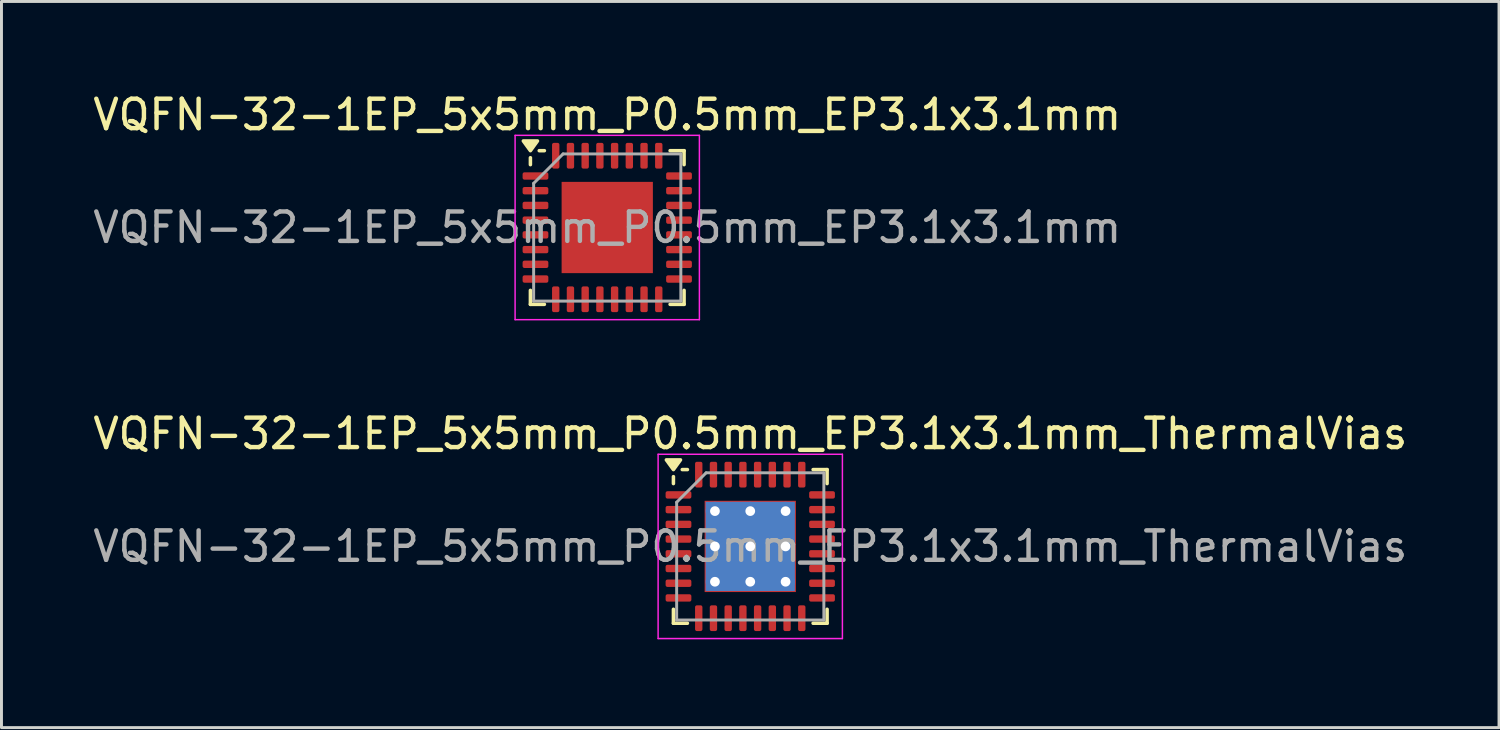
<source format=kicad_pcb>
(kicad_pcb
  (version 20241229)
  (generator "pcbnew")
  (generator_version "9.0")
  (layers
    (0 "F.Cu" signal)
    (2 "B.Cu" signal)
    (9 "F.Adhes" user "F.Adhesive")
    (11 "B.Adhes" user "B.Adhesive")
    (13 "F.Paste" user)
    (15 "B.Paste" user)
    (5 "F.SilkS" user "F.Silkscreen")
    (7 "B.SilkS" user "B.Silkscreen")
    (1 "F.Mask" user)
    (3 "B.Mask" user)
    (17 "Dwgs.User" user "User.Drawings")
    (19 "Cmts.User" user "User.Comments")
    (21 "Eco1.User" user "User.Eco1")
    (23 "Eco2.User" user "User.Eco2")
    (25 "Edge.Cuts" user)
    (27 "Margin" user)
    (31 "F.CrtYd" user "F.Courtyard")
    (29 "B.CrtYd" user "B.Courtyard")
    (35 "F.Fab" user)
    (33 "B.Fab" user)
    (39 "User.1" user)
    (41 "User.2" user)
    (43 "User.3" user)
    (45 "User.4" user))
  (footprint "VQFN-32-1EP_5x5mm_P0.5mm_EP3.1x3.1mm_ThermalVias"
    (layer "F.Cu")
    (at 22.435 15.511)
    (property "Reference" "VQFN-32-1EP_5x5mm_P0.5mm_EP3.1x3.1mm_ThermalVias" (at 0 -3.83 0) (layer "F.SilkS") (effects (font (size 1 1) (thickness 0.15))))
    (attr smd)
    (fp_line (start -2.61 -2.135) (end -2.61 -2.37) (stroke (width 0.12) (type solid)) (layer "F.SilkS"))
    (fp_line (start -2.61 2.61) (end -2.61 2.135) (stroke (width 0.12) (type solid)) (layer "F.SilkS"))
    (fp_line (start -2.135 -2.61) (end -2.31 -2.61) (stroke (width 0.12) (type solid)) (layer "F.SilkS"))
    (fp_line (start -2.135 2.61) (end -2.61 2.61) (stroke (width 0.12) (type solid)) (layer "F.SilkS"))
    (fp_line (start 2.135 -2.61) (end 2.61 -2.61) (stroke (width 0.12) (type solid)) (layer "F.SilkS"))
    (fp_line (start 2.135 2.61) (end 2.61 2.61) (stroke (width 0.12) (type solid)) (layer "F.SilkS"))
    (fp_line (start 2.61 -2.61) (end 2.61 -2.135) (stroke (width 0.12) (type solid)) (layer "F.SilkS"))
    (fp_line (start 2.61 2.61) (end 2.61 2.135) (stroke (width 0.12) (type solid)) (layer "F.SilkS"))
    (fp_poly (pts (xy -2.61 -2.61) (xy -2.85 -2.94) (xy -2.37 -2.94) (xy -2.61 -2.61)) (stroke (width 0.12) (type solid)) (fill yes) (layer "F.SilkS"))
    (fp_line (start -3.13 -3.13) (end -3.13 3.13) (stroke (width 0.05) (type solid)) (layer "F.CrtYd"))
    (fp_line (start -3.13 3.13) (end 3.13 3.13) (stroke (width 0.05) (type solid)) (layer "F.CrtYd"))
    (fp_line (start 3.13 -3.13) (end -3.13 -3.13) (stroke (width 0.05) (type solid)) (layer "F.CrtYd"))
    (fp_line (start 3.13 3.13) (end 3.13 -3.13) (stroke (width 0.05) (type solid)) (layer "F.CrtYd"))
    (fp_line (start -2.5 -1.5) (end -1.5 -2.5) (stroke (width 0.1) (type solid)) (layer "F.Fab"))
    (fp_line (start -2.5 2.5) (end -2.5 -1.5) (stroke (width 0.1) (type solid)) (layer "F.Fab"))
    (fp_line (start -1.5 -2.5) (end 2.5 -2.5) (stroke (width 0.1) (type solid)) (layer "F.Fab"))
    (fp_line (start 2.5 -2.5) (end 2.5 2.5) (stroke (width 0.1) (type solid)) (layer "F.Fab"))
    (fp_line (start 2.5 2.5) (end -2.5 2.5) (stroke (width 0.1) (type solid)) (layer "F.Fab"))
    (fp_text user "${REFERENCE}" (at 0 0 0) (layer "F.Fab") (effects (font (size 1 1) (thickness 0.15))))
    (pad "" smd roundrect (at -0.775 -0.775) (size 1.3 1.3) (layers "F.Paste") (roundrect_rratio 0.192))
    (pad "" smd roundrect (at -0.775 0.775) (size 1.3 1.3) (layers "F.Paste") (roundrect_rratio 0.192))
    (pad "" smd roundrect (at 0.775 -0.775) (size 1.3 1.3) (layers "F.Paste") (roundrect_rratio 0.192))
    (pad "" smd roundrect (at 0.775 0.775) (size 1.3 1.3) (layers "F.Paste") (roundrect_rratio 0.192))
    (pad "1" smd roundrect (at -2.438 -1.75) (size 0.875 0.25) (layers "F.Cu" "F.Mask" "F.Paste") (roundrect_rratio 0.25))
    (pad "2" smd roundrect (at -2.438 -1.25) (size 0.875 0.25) (layers "F.Cu" "F.Mask" "F.Paste") (roundrect_rratio 0.25))
    (pad "3" smd roundrect (at -2.438 -0.75) (size 0.875 0.25) (layers "F.Cu" "F.Mask" "F.Paste") (roundrect_rratio 0.25))
    (pad "4" smd roundrect (at -2.438 -0.25) (size 0.875 0.25) (layers "F.Cu" "F.Mask" "F.Paste") (roundrect_rratio 0.25))
    (pad "5" smd roundrect (at -2.438 0.25) (size 0.875 0.25) (layers "F.Cu" "F.Mask" "F.Paste") (roundrect_rratio 0.25))
    (pad "6" smd roundrect (at -2.438 0.75) (size 0.875 0.25) (layers "F.Cu" "F.Mask" "F.Paste") (roundrect_rratio 0.25))
    (pad "7" smd roundrect (at -2.438 1.25) (size 0.875 0.25) (layers "F.Cu" "F.Mask" "F.Paste") (roundrect_rratio 0.25))
    (pad "8" smd roundrect (at -2.438 1.75) (size 0.875 0.25) (layers "F.Cu" "F.Mask" "F.Paste") (roundrect_rratio 0.25))
    (pad "9" smd roundrect (at -1.75 2.438) (size 0.25 0.875) (layers "F.Cu" "F.Mask" "F.Paste") (roundrect_rratio 0.25))
    (pad "10" smd roundrect (at -1.25 2.438) (size 0.25 0.875) (layers "F.Cu" "F.Mask" "F.Paste") (roundrect_rratio 0.25))
    (pad "11" smd roundrect (at -0.75 2.438) (size 0.25 0.875) (layers "F.Cu" "F.Mask" "F.Paste") (roundrect_rratio 0.25))
    (pad "12" smd roundrect (at -0.25 2.438) (size 0.25 0.875) (layers "F.Cu" "F.Mask" "F.Paste") (roundrect_rratio 0.25))
    (pad "13" smd roundrect (at 0.25 2.438) (size 0.25 0.875) (layers "F.Cu" "F.Mask" "F.Paste") (roundrect_rratio 0.25))
    (pad "14" smd roundrect (at 0.75 2.438) (size 0.25 0.875) (layers "F.Cu" "F.Mask" "F.Paste") (roundrect_rratio 0.25))
    (pad "15" smd roundrect (at 1.25 2.438) (size 0.25 0.875) (layers "F.Cu" "F.Mask" "F.Paste") (roundrect_rratio 0.25))
    (pad "16" smd roundrect (at 1.75 2.438) (size 0.25 0.875) (layers "F.Cu" "F.Mask" "F.Paste") (roundrect_rratio 0.25))
    (pad "17" smd roundrect (at 2.438 1.75) (size 0.875 0.25) (layers "F.Cu" "F.Mask" "F.Paste") (roundrect_rratio 0.25))
    (pad "18" smd roundrect (at 2.438 1.25) (size 0.875 0.25) (layers "F.Cu" "F.Mask" "F.Paste") (roundrect_rratio 0.25))
    (pad "19" smd roundrect (at 2.438 0.75) (size 0.875 0.25) (layers "F.Cu" "F.Mask" "F.Paste") (roundrect_rratio 0.25))
    (pad "20" smd roundrect (at 2.438 0.25) (size 0.875 0.25) (layers "F.Cu" "F.Mask" "F.Paste") (roundrect_rratio 0.25))
    (pad "21" smd roundrect (at 2.438 -0.25) (size 0.875 0.25) (layers "F.Cu" "F.Mask" "F.Paste") (roundrect_rratio 0.25))
    (pad "22" smd roundrect (at 2.438 -0.75) (size 0.875 0.25) (layers "F.Cu" "F.Mask" "F.Paste") (roundrect_rratio 0.25))
    (pad "23" smd roundrect (at 2.438 -1.25) (size 0.875 0.25) (layers "F.Cu" "F.Mask" "F.Paste") (roundrect_rratio 0.25))
    (pad "24" smd roundrect (at 2.438 -1.75) (size 0.875 0.25) (layers "F.Cu" "F.Mask" "F.Paste") (roundrect_rratio 0.25))
    (pad "25" smd roundrect (at 1.75 -2.438) (size 0.25 0.875) (layers "F.Cu" "F.Mask" "F.Paste") (roundrect_rratio 0.25))
    (pad "26" smd roundrect (at 1.25 -2.438) (size 0.25 0.875) (layers "F.Cu" "F.Mask" "F.Paste") (roundrect_rratio 0.25))
    (pad "27" smd roundrect (at 0.75 -2.438) (size 0.25 0.875) (layers "F.Cu" "F.Mask" "F.Paste") (roundrect_rratio 0.25))
    (pad "28" smd roundrect (at 0.25 -2.438) (size 0.25 0.875) (layers "F.Cu" "F.Mask" "F.Paste") (roundrect_rratio 0.25))
    (pad "29" smd roundrect (at -0.25 -2.438) (size 0.25 0.875) (layers "F.Cu" "F.Mask" "F.Paste") (roundrect_rratio 0.25))
    (pad "30" smd roundrect (at -0.75 -2.438) (size 0.25 0.875) (layers "F.Cu" "F.Mask" "F.Paste") (roundrect_rratio 0.25))
    (pad "31" smd roundrect (at -1.25 -2.438) (size 0.25 0.875) (layers "F.Cu" "F.Mask" "F.Paste") (roundrect_rratio 0.25))
    (pad "32" smd roundrect (at -1.75 -2.438) (size 0.25 0.875) (layers "F.Cu" "F.Mask" "F.Paste") (roundrect_rratio 0.25))
    (pad "33" thru_hole circle (at -1.2 -1.2) (size 0.63 0.63) (drill 0.33) (property pad_prop_heatsink) (layers "*.Cu"))
    (pad "33" thru_hole circle (at -1.2 0) (size 0.63 0.63) (drill 0.33) (property pad_prop_heatsink) (layers "*.Cu"))
    (pad "33" thru_hole circle (at -1.2 1.2) (size 0.63 0.63) (drill 0.33) (property pad_prop_heatsink) (layers "*.Cu"))
    (pad "33" thru_hole circle (at 0 -1.2) (size 0.63 0.63) (drill 0.33) (property pad_prop_heatsink) (layers "*.Cu"))
    (pad "33" thru_hole circle (at 0 0) (size 0.63 0.63) (drill 0.33) (property pad_prop_heatsink) (layers "*.Cu"))
    (pad "33" smd rect (at 0 0) (size 3.03 3.03) (property pad_prop_heatsink) (layers "B.Cu"))
    (pad "33" smd rect (at 0 0) (size 3.1 3.1) (property pad_prop_heatsink) (layers "F.Cu" "F.Mask"))
    (pad "33" thru_hole circle (at 0 1.2) (size 0.63 0.63) (drill 0.33) (property pad_prop_heatsink) (layers "*.Cu"))
    (pad "33" thru_hole circle (at 1.2 -1.2) (size 0.63 0.63) (drill 0.33) (property pad_prop_heatsink) (layers "*.Cu"))
    (pad "33" thru_hole circle (at 1.2 0) (size 0.63 0.63) (drill 0.33) (property pad_prop_heatsink) (layers "*.Cu"))
    (pad "33" thru_hole circle (at 1.2 1.2) (size 0.63 0.63) (drill 0.33) (property pad_prop_heatsink) (layers "*.Cu")))
  (footprint "VQFN-32-1EP_5x5mm_P0.5mm_EP3.1x3.1mm"
    (layer "F.Cu")
    (at 17.577 4.678)
    (property "Reference" "VQFN-32-1EP_5x5mm_P0.5mm_EP3.1x3.1mm" (at 0 -3.83 0) (layer "F.SilkS") (effects (font (size 1 1) (thickness 0.15))))
    (attr smd)
    (fp_line (start -2.61 -2.135) (end -2.61 -2.37) (stroke (width 0.12) (type solid)) (layer "F.SilkS"))
    (fp_line (start -2.61 2.61) (end -2.61 2.135) (stroke (width 0.12) (type solid)) (layer "F.SilkS"))
    (fp_line (start -2.135 -2.61) (end -2.31 -2.61) (stroke (width 0.12) (type solid)) (layer "F.SilkS"))
    (fp_line (start -2.135 2.61) (end -2.61 2.61) (stroke (width 0.12) (type solid)) (layer "F.SilkS"))
    (fp_line (start 2.135 -2.61) (end 2.61 -2.61) (stroke (width 0.12) (type solid)) (layer "F.SilkS"))
    (fp_line (start 2.135 2.61) (end 2.61 2.61) (stroke (width 0.12) (type solid)) (layer "F.SilkS"))
    (fp_line (start 2.61 -2.61) (end 2.61 -2.135) (stroke (width 0.12) (type solid)) (layer "F.SilkS"))
    (fp_line (start 2.61 2.61) (end 2.61 2.135) (stroke (width 0.12) (type solid)) (layer "F.SilkS"))
    (fp_poly (pts (xy -2.61 -2.61) (xy -2.85 -2.94) (xy -2.37 -2.94) (xy -2.61 -2.61)) (stroke (width 0.12) (type solid)) (fill yes) (layer "F.SilkS"))
    (fp_line (start -3.13 -3.13) (end -3.13 3.13) (stroke (width 0.05) (type solid)) (layer "F.CrtYd"))
    (fp_line (start -3.13 3.13) (end 3.13 3.13) (stroke (width 0.05) (type solid)) (layer "F.CrtYd"))
    (fp_line (start 3.13 -3.13) (end -3.13 -3.13) (stroke (width 0.05) (type solid)) (layer "F.CrtYd"))
    (fp_line (start 3.13 3.13) (end 3.13 -3.13) (stroke (width 0.05) (type solid)) (layer "F.CrtYd"))
    (fp_line (start -2.5 -1.5) (end -1.5 -2.5) (stroke (width 0.1) (type solid)) (layer "F.Fab"))
    (fp_line (start -2.5 2.5) (end -2.5 -1.5) (stroke (width 0.1) (type solid)) (layer "F.Fab"))
    (fp_line (start -1.5 -2.5) (end 2.5 -2.5) (stroke (width 0.1) (type solid)) (layer "F.Fab"))
    (fp_line (start 2.5 -2.5) (end 2.5 2.5) (stroke (width 0.1) (type solid)) (layer "F.Fab"))
    (fp_line (start 2.5 2.5) (end -2.5 2.5) (stroke (width 0.1) (type solid)) (layer "F.Fab"))
    (fp_text user "${REFERENCE}" (at 0 0 0) (layer "F.Fab") (effects (font (size 1 1) (thickness 0.15))))
    (pad "" smd roundrect (at -0.775 -0.775) (size 1.25 1.25) (layers "F.Paste") (roundrect_rratio 0.2))
    (pad "" smd roundrect (at -0.775 0.775) (size 1.25 1.25) (layers "F.Paste") (roundrect_rratio 0.2))
    (pad "" smd roundrect (at 0.775 -0.775) (size 1.25 1.25) (layers "F.Paste") (roundrect_rratio 0.2))
    (pad "" smd roundrect (at 0.775 0.775) (size 1.25 1.25) (layers "F.Paste") (roundrect_rratio 0.2))
    (pad "1" smd roundrect (at -2.438 -1.75) (size 0.875 0.25) (layers "F.Cu" "F.Mask" "F.Paste") (roundrect_rratio 0.25))
    (pad "2" smd roundrect (at -2.438 -1.25) (size 0.875 0.25) (layers "F.Cu" "F.Mask" "F.Paste") (roundrect_rratio 0.25))
    (pad "3" smd roundrect (at -2.438 -0.75) (size 0.875 0.25) (layers "F.Cu" "F.Mask" "F.Paste") (roundrect_rratio 0.25))
    (pad "4" smd roundrect (at -2.438 -0.25) (size 0.875 0.25) (layers "F.Cu" "F.Mask" "F.Paste") (roundrect_rratio 0.25))
    (pad "5" smd roundrect (at -2.438 0.25) (size 0.875 0.25) (layers "F.Cu" "F.Mask" "F.Paste") (roundrect_rratio 0.25))
    (pad "6" smd roundrect (at -2.438 0.75) (size 0.875 0.25) (layers "F.Cu" "F.Mask" "F.Paste") (roundrect_rratio 0.25))
    (pad "7" smd roundrect (at -2.438 1.25) (size 0.875 0.25) (layers "F.Cu" "F.Mask" "F.Paste") (roundrect_rratio 0.25))
    (pad "8" smd roundrect (at -2.438 1.75) (size 0.875 0.25) (layers "F.Cu" "F.Mask" "F.Paste") (roundrect_rratio 0.25))
    (pad "9" smd roundrect (at -1.75 2.438) (size 0.25 0.875) (layers "F.Cu" "F.Mask" "F.Paste") (roundrect_rratio 0.25))
    (pad "10" smd roundrect (at -1.25 2.438) (size 0.25 0.875) (layers "F.Cu" "F.Mask" "F.Paste") (roundrect_rratio 0.25))
    (pad "11" smd roundrect (at -0.75 2.438) (size 0.25 0.875) (layers "F.Cu" "F.Mask" "F.Paste") (roundrect_rratio 0.25))
    (pad "12" smd roundrect (at -0.25 2.438) (size 0.25 0.875) (layers "F.Cu" "F.Mask" "F.Paste") (roundrect_rratio 0.25))
    (pad "13" smd roundrect (at 0.25 2.438) (size 0.25 0.875) (layers "F.Cu" "F.Mask" "F.Paste") (roundrect_rratio 0.25))
    (pad "14" smd roundrect (at 0.75 2.438) (size 0.25 0.875) (layers "F.Cu" "F.Mask" "F.Paste") (roundrect_rratio 0.25))
    (pad "15" smd roundrect (at 1.25 2.438) (size 0.25 0.875) (layers "F.Cu" "F.Mask" "F.Paste") (roundrect_rratio 0.25))
    (pad "16" smd roundrect (at 1.75 2.438) (size 0.25 0.875) (layers "F.Cu" "F.Mask" "F.Paste") (roundrect_rratio 0.25))
    (pad "17" smd roundrect (at 2.438 1.75) (size 0.875 0.25) (layers "F.Cu" "F.Mask" "F.Paste") (roundrect_rratio 0.25))
    (pad "18" smd roundrect (at 2.438 1.25) (size 0.875 0.25) (layers "F.Cu" "F.Mask" "F.Paste") (roundrect_rratio 0.25))
    (pad "19" smd roundrect (at 2.438 0.75) (size 0.875 0.25) (layers "F.Cu" "F.Mask" "F.Paste") (roundrect_rratio 0.25))
    (pad "20" smd roundrect (at 2.438 0.25) (size 0.875 0.25) (layers "F.Cu" "F.Mask" "F.Paste") (roundrect_rratio 0.25))
    (pad "21" smd roundrect (at 2.438 -0.25) (size 0.875 0.25) (layers "F.Cu" "F.Mask" "F.Paste") (roundrect_rratio 0.25))
    (pad "22" smd roundrect (at 2.438 -0.75) (size 0.875 0.25) (layers "F.Cu" "F.Mask" "F.Paste") (roundrect_rratio 0.25))
    (pad "23" smd roundrect (at 2.438 -1.25) (size 0.875 0.25) (layers "F.Cu" "F.Mask" "F.Paste") (roundrect_rratio 0.25))
    (pad "24" smd roundrect (at 2.438 -1.75) (size 0.875 0.25) (layers "F.Cu" "F.Mask" "F.Paste") (roundrect_rratio 0.25))
    (pad "25" smd roundrect (at 1.75 -2.438) (size 0.25 0.875) (layers "F.Cu" "F.Mask" "F.Paste") (roundrect_rratio 0.25))
    (pad "26" smd roundrect (at 1.25 -2.438) (size 0.25 0.875) (layers "F.Cu" "F.Mask" "F.Paste") (roundrect_rratio 0.25))
    (pad "27" smd roundrect (at 0.75 -2.438) (size 0.25 0.875) (layers "F.Cu" "F.Mask" "F.Paste") (roundrect_rratio 0.25))
    (pad "28" smd roundrect (at 0.25 -2.438) (size 0.25 0.875) (layers "F.Cu" "F.Mask" "F.Paste") (roundrect_rratio 0.25))
    (pad "29" smd roundrect (at -0.25 -2.438) (size 0.25 0.875) (layers "F.Cu" "F.Mask" "F.Paste") (roundrect_rratio 0.25))
    (pad "30" smd roundrect (at -0.75 -2.438) (size 0.25 0.875) (layers "F.Cu" "F.Mask" "F.Paste") (roundrect_rratio 0.25))
    (pad "31" smd roundrect (at -1.25 -2.438) (size 0.25 0.875) (layers "F.Cu" "F.Mask" "F.Paste") (roundrect_rratio 0.25))
    (pad "32" smd roundrect (at -1.75 -2.438) (size 0.25 0.875) (layers "F.Cu" "F.Mask" "F.Paste") (roundrect_rratio 0.25))
    (pad "33" smd rect (at 0 0) (size 3.1 3.1) (property pad_prop_heatsink) (layers "F.Cu" "F.Mask")))
  (gr_rect
    (start -3 -3)
    (end 47.869 21.666)
    (stroke (width 0.1) (type default))
    (fill no)
    (layer "Edge.Cuts")))
</source>
